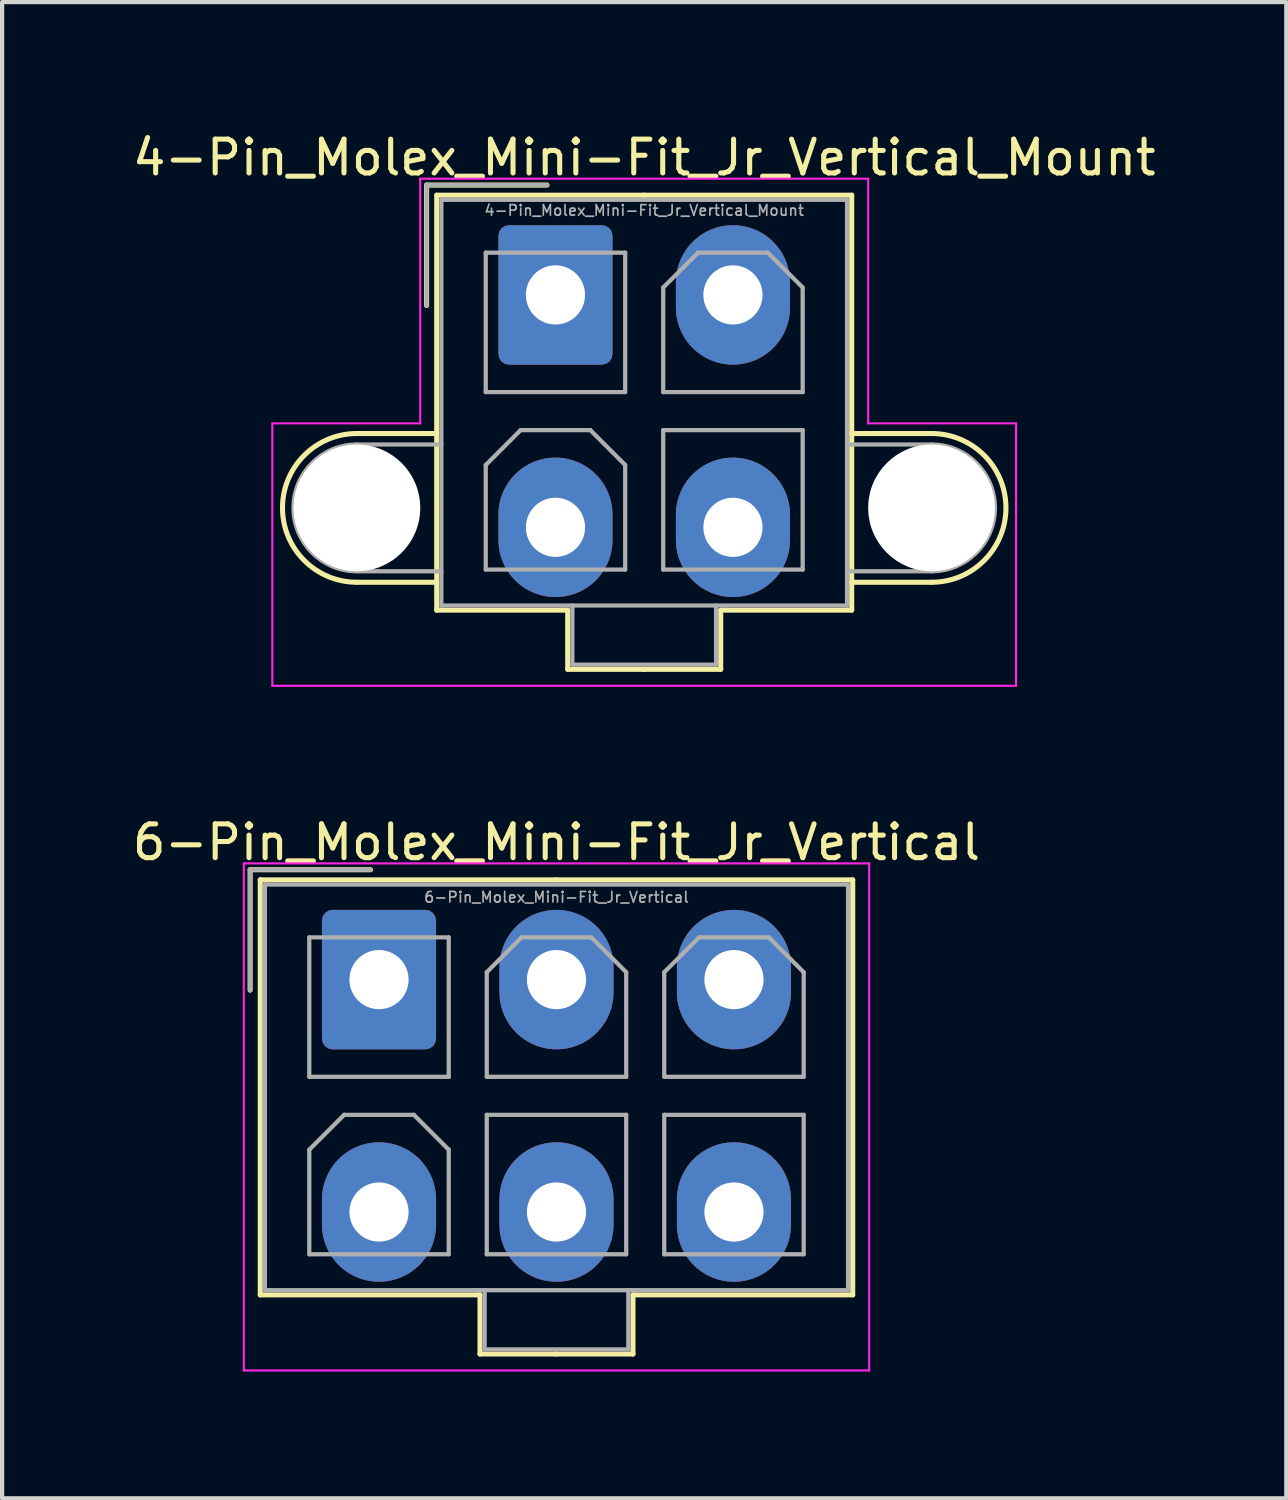
<source format=kicad_pcb>
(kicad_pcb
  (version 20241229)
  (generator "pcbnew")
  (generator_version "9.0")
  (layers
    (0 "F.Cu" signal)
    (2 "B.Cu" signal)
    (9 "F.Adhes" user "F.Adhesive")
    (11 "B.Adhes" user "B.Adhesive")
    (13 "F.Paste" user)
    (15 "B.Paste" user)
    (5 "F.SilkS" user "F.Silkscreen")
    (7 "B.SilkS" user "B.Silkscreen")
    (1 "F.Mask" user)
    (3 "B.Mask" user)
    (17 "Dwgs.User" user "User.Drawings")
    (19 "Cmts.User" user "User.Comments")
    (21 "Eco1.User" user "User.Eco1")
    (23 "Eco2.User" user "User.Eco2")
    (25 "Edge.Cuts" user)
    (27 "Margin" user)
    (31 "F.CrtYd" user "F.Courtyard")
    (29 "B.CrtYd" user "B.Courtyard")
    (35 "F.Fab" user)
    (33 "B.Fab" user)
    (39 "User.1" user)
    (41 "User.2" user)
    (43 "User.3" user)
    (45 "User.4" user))
  (footprint "4-Pin_Molex_Mini-Fit_Jr_Vertical_Mount"
    (layer "F.Cu")
    (at 10.095 3.929)
    (property "Reference" "4-Pin_Molex_Mini-Fit_Jr_Vertical_Mount" (at 2.1 -3.25 0) (layer "F.SilkS") (effects (font (size 0.8 0.8) (thickness 0.12))))
    (attr through_hole)
    (fp_line (start -4.7 3.28) (end -2.81 3.28) (stroke (width 0.12) (type solid)) (layer "F.SilkS"))
    (fp_line (start -4.7 6.8) (end -2.81 6.8) (stroke (width 0.12) (type solid)) (layer "F.SilkS"))
    (fp_line (start -3.05 -2.6) (end -3.05 0.25) (stroke (width 0.12) (type solid)) (layer "F.SilkS"))
    (fp_line (start -2.81 -2.36) (end -2.81 7.46) (stroke (width 0.12) (type solid)) (layer "F.SilkS"))
    (fp_line (start -2.81 7.46) (end 0.29 7.46) (stroke (width 0.12) (type solid)) (layer "F.SilkS"))
    (fp_line (start -0.2 -2.6) (end -3.05 -2.6) (stroke (width 0.12) (type solid)) (layer "F.SilkS"))
    (fp_line (start 0.29 7.46) (end 0.29 8.86) (stroke (width 0.12) (type solid)) (layer "F.SilkS"))
    (fp_line (start 0.29 8.86) (end 2.1 8.86) (stroke (width 0.12) (type solid)) (layer "F.SilkS"))
    (fp_line (start 2.1 -2.36) (end -2.81 -2.36) (stroke (width 0.12) (type solid)) (layer "F.SilkS"))
    (fp_line (start 2.1 -2.36) (end 7.01 -2.36) (stroke (width 0.12) (type solid)) (layer "F.SilkS"))
    (fp_line (start 3.91 7.46) (end 3.91 8.86) (stroke (width 0.12) (type solid)) (layer "F.SilkS"))
    (fp_line (start 3.91 8.86) (end 2.1 8.86) (stroke (width 0.12) (type solid)) (layer "F.SilkS"))
    (fp_line (start 7.01 -2.36) (end 7.01 7.46) (stroke (width 0.12) (type solid)) (layer "F.SilkS"))
    (fp_line (start 7.01 7.46) (end 3.91 7.46) (stroke (width 0.12) (type solid)) (layer "F.SilkS"))
    (fp_line (start 8.9 3.28) (end 7.01 3.28) (stroke (width 0.12) (type solid)) (layer "F.SilkS"))
    (fp_line (start 8.9 6.8) (end 7.01 6.8) (stroke (width 0.12) (type solid)) (layer "F.SilkS"))
    (fp_arc (start -4.7 6.8) (mid -6.46 5.04) (end -4.7 3.28) (stroke (width 0.12) (type solid)) (layer "F.SilkS"))
    (fp_arc (start 8.9 3.28) (mid 10.66 5.04) (end 8.9 6.8) (stroke (width 0.12) (type solid)) (layer "F.SilkS"))
    (fp_line (start -6.7 3.04) (end -6.7 9.25) (stroke (width 0.05) (type solid)) (layer "F.CrtYd"))
    (fp_line (start -6.7 9.25) (end 10.9 9.25) (stroke (width 0.05) (type solid)) (layer "F.CrtYd"))
    (fp_line (start -3.2 -2.75) (end -3.2 3.04) (stroke (width 0.05) (type solid)) (layer "F.CrtYd"))
    (fp_line (start -3.2 3.04) (end -6.7 3.04) (stroke (width 0.05) (type solid)) (layer "F.CrtYd"))
    (fp_line (start 7.4 -2.75) (end -3.2 -2.75) (stroke (width 0.05) (type solid)) (layer "F.CrtYd"))
    (fp_line (start 7.4 3.04) (end 7.4 -2.75) (stroke (width 0.05) (type solid)) (layer "F.CrtYd"))
    (fp_line (start 10.9 3.04) (end 7.4 3.04) (stroke (width 0.05) (type solid)) (layer "F.CrtYd"))
    (fp_line (start 10.9 9.25) (end 10.9 3.04) (stroke (width 0.05) (type solid)) (layer "F.CrtYd"))
    (fp_line (start -4.7 3.54) (end -2.7 3.54) (stroke (width 0.1) (type solid)) (layer "F.Fab"))
    (fp_line (start -4.7 6.54) (end -2.7 6.54) (stroke (width 0.1) (type solid)) (layer "F.Fab"))
    (fp_line (start -3.05 -2.6) (end -3.05 0.25) (stroke (width 0.1) (type solid)) (layer "F.Fab"))
    (fp_line (start -2.7 -2.25) (end -2.7 7.35) (stroke (width 0.1) (type solid)) (layer "F.Fab"))
    (fp_line (start -2.7 7.35) (end 6.9 7.35) (stroke (width 0.1) (type solid)) (layer "F.Fab"))
    (fp_line (start -1.65 -1) (end -1.65 2.3) (stroke (width 0.1) (type solid)) (layer "F.Fab"))
    (fp_line (start -1.65 2.3) (end 1.65 2.3) (stroke (width 0.1) (type solid)) (layer "F.Fab"))
    (fp_line (start -1.65 4.025) (end -0.825 3.2) (stroke (width 0.1) (type solid)) (layer "F.Fab"))
    (fp_line (start -1.65 6.5) (end -1.65 4.025) (stroke (width 0.1) (type solid)) (layer "F.Fab"))
    (fp_line (start -0.825 3.2) (end 0.825 3.2) (stroke (width 0.1) (type solid)) (layer "F.Fab"))
    (fp_line (start -0.2 -2.6) (end -3.05 -2.6) (stroke (width 0.1) (type solid)) (layer "F.Fab"))
    (fp_line (start 0.4 7.35) (end 0.4 8.75) (stroke (width 0.1) (type solid)) (layer "F.Fab"))
    (fp_line (start 0.4 8.75) (end 3.8 8.75) (stroke (width 0.1) (type solid)) (layer "F.Fab"))
    (fp_line (start 0.825 3.2) (end 1.65 4.025) (stroke (width 0.1) (type solid)) (layer "F.Fab"))
    (fp_line (start 1.65 -1) (end -1.65 -1) (stroke (width 0.1) (type solid)) (layer "F.Fab"))
    (fp_line (start 1.65 2.3) (end 1.65 -1) (stroke (width 0.1) (type solid)) (layer "F.Fab"))
    (fp_line (start 1.65 4.025) (end 1.65 6.5) (stroke (width 0.1) (type solid)) (layer "F.Fab"))
    (fp_line (start 1.65 6.5) (end -1.65 6.5) (stroke (width 0.1) (type solid)) (layer "F.Fab"))
    (fp_line (start 2.55 -0.175) (end 3.375 -1) (stroke (width 0.1) (type solid)) (layer "F.Fab"))
    (fp_line (start 2.55 2.3) (end 2.55 -0.175) (stroke (width 0.1) (type solid)) (layer "F.Fab"))
    (fp_line (start 2.55 3.2) (end 2.55 6.5) (stroke (width 0.1) (type solid)) (layer "F.Fab"))
    (fp_line (start 2.55 6.5) (end 5.85 6.5) (stroke (width 0.1) (type solid)) (layer "F.Fab"))
    (fp_line (start 3.375 -1) (end 5.025 -1) (stroke (width 0.1) (type solid)) (layer "F.Fab"))
    (fp_line (start 3.8 8.75) (end 3.8 7.35) (stroke (width 0.1) (type solid)) (layer "F.Fab"))
    (fp_line (start 5.025 -1) (end 5.85 -0.175) (stroke (width 0.1) (type solid)) (layer "F.Fab"))
    (fp_line (start 5.85 -0.175) (end 5.85 2.3) (stroke (width 0.1) (type solid)) (layer "F.Fab"))
    (fp_line (start 5.85 2.3) (end 2.55 2.3) (stroke (width 0.1) (type solid)) (layer "F.Fab"))
    (fp_line (start 5.85 3.2) (end 2.55 3.2) (stroke (width 0.1) (type solid)) (layer "F.Fab"))
    (fp_line (start 5.85 6.5) (end 5.85 3.2) (stroke (width 0.1) (type solid)) (layer "F.Fab"))
    (fp_line (start 6.9 -2.25) (end -2.7 -2.25) (stroke (width 0.1) (type solid)) (layer "F.Fab"))
    (fp_line (start 6.9 7.35) (end 6.9 -2.25) (stroke (width 0.1) (type solid)) (layer "F.Fab"))
    (fp_line (start 8.9 3.54) (end 6.9 3.54) (stroke (width 0.1) (type solid)) (layer "F.Fab"))
    (fp_line (start 8.9 6.54) (end 6.9 6.54) (stroke (width 0.1) (type solid)) (layer "F.Fab"))
    (fp_arc (start -4.7 6.54) (mid -6.2 5.04) (end -4.7 3.54) (stroke (width 0.1) (type solid)) (layer "F.Fab"))
    (fp_arc (start 8.9 3.54) (mid 10.4 5.04) (end 8.9 6.54) (stroke (width 0.1) (type solid)) (layer "F.Fab"))
    (fp_text user "${REFERENCE}" (at 2.1 -2 0) (layer "F.Fab") (effects (font (size 0.25 0.25) (thickness 0.04))))
    (pad "" np_thru_hole circle (at -4.7 5.04) (size 3 3) (drill 3) (layers "*.Cu" "*.Mask"))
    (pad "" np_thru_hole circle (at 8.9 5.04) (size 3 3) (drill 3) (layers "*.Cu" "*.Mask"))
    (pad "1" thru_hole roundrect (at 0 0) (size 2.7 3.3) (drill 1.4) (layers "*.Cu" "*.Mask") (roundrect_rratio 0.093))
    (pad "2" thru_hole oval (at 4.2 0) (size 2.7 3.3) (drill 1.4) (layers "*.Cu" "*.Mask"))
    (pad "3" thru_hole oval (at 0 5.5) (size 2.7 3.3) (drill 1.4) (layers "*.Cu" "*.Mask"))
    (pad "4" thru_hole oval (at 4.2 5.5) (size 2.7 3.3) (drill 1.4) (layers "*.Cu" "*.Mask")))
  (footprint "6-Pin_Molex_Mini-Fit_Jr_Vertical"
    (layer "F.Cu")
    (at 5.919 20.132)
    (property "Reference" "6-Pin_Molex_Mini-Fit_Jr_Vertical" (at 4.2 -3.25 0) (layer "F.SilkS") (effects (font (size 0.8 0.8) (thickness 0.12))))
    (attr through_hole)
    (fp_line (start -3.05 -2.6) (end -3.05 0.25) (stroke (width 0.12) (type solid)) (layer "F.SilkS"))
    (fp_line (start -2.81 -2.36) (end -2.81 7.46) (stroke (width 0.12) (type solid)) (layer "F.SilkS"))
    (fp_line (start -2.81 7.46) (end 2.39 7.46) (stroke (width 0.12) (type solid)) (layer "F.SilkS"))
    (fp_line (start -0.2 -2.6) (end -3.05 -2.6) (stroke (width 0.12) (type solid)) (layer "F.SilkS"))
    (fp_line (start 2.39 7.46) (end 2.39 8.86) (stroke (width 0.12) (type solid)) (layer "F.SilkS"))
    (fp_line (start 2.39 8.86) (end 4.2 8.86) (stroke (width 0.12) (type solid)) (layer "F.SilkS"))
    (fp_line (start 4.2 -2.36) (end -2.81 -2.36) (stroke (width 0.12) (type solid)) (layer "F.SilkS"))
    (fp_line (start 4.2 -2.36) (end 11.21 -2.36) (stroke (width 0.12) (type solid)) (layer "F.SilkS"))
    (fp_line (start 6.01 7.46) (end 6.01 8.86) (stroke (width 0.12) (type solid)) (layer "F.SilkS"))
    (fp_line (start 6.01 8.86) (end 4.2 8.86) (stroke (width 0.12) (type solid)) (layer "F.SilkS"))
    (fp_line (start 11.21 -2.36) (end 11.21 7.46) (stroke (width 0.12) (type solid)) (layer "F.SilkS"))
    (fp_line (start 11.21 7.46) (end 6.01 7.46) (stroke (width 0.12) (type solid)) (layer "F.SilkS"))
    (fp_line (start -3.2 -2.75) (end -3.2 9.25) (stroke (width 0.05) (type solid)) (layer "F.CrtYd"))
    (fp_line (start -3.2 9.25) (end 11.6 9.25) (stroke (width 0.05) (type solid)) (layer "F.CrtYd"))
    (fp_line (start 11.6 -2.75) (end -3.2 -2.75) (stroke (width 0.05) (type solid)) (layer "F.CrtYd"))
    (fp_line (start 11.6 9.25) (end 11.6 -2.75) (stroke (width 0.05) (type solid)) (layer "F.CrtYd"))
    (fp_line (start -3.05 -2.6) (end -3.05 0.25) (stroke (width 0.1) (type solid)) (layer "F.Fab"))
    (fp_line (start -2.7 -2.25) (end -2.7 7.35) (stroke (width 0.1) (type solid)) (layer "F.Fab"))
    (fp_line (start -2.7 7.35) (end 11.1 7.35) (stroke (width 0.1) (type solid)) (layer "F.Fab"))
    (fp_line (start -1.65 -1) (end -1.65 2.3) (stroke (width 0.1) (type solid)) (layer "F.Fab"))
    (fp_line (start -1.65 2.3) (end 1.65 2.3) (stroke (width 0.1) (type solid)) (layer "F.Fab"))
    (fp_line (start -1.65 4.025) (end -0.825 3.2) (stroke (width 0.1) (type solid)) (layer "F.Fab"))
    (fp_line (start -1.65 6.5) (end -1.65 4.025) (stroke (width 0.1) (type solid)) (layer "F.Fab"))
    (fp_line (start -0.825 3.2) (end 0.825 3.2) (stroke (width 0.1) (type solid)) (layer "F.Fab"))
    (fp_line (start -0.2 -2.6) (end -3.05 -2.6) (stroke (width 0.1) (type solid)) (layer "F.Fab"))
    (fp_line (start 0.825 3.2) (end 1.65 4.025) (stroke (width 0.1) (type solid)) (layer "F.Fab"))
    (fp_line (start 1.65 -1) (end -1.65 -1) (stroke (width 0.1) (type solid)) (layer "F.Fab"))
    (fp_line (start 1.65 2.3) (end 1.65 -1) (stroke (width 0.1) (type solid)) (layer "F.Fab"))
    (fp_line (start 1.65 4.025) (end 1.65 6.5) (stroke (width 0.1) (type solid)) (layer "F.Fab"))
    (fp_line (start 1.65 6.5) (end -1.65 6.5) (stroke (width 0.1) (type solid)) (layer "F.Fab"))
    (fp_line (start 2.5 7.35) (end 2.5 8.75) (stroke (width 0.1) (type solid)) (layer "F.Fab"))
    (fp_line (start 2.5 8.75) (end 5.9 8.75) (stroke (width 0.1) (type solid)) (layer "F.Fab"))
    (fp_line (start 2.55 -0.175) (end 3.375 -1) (stroke (width 0.1) (type solid)) (layer "F.Fab"))
    (fp_line (start 2.55 2.3) (end 2.55 -0.175) (stroke (width 0.1) (type solid)) (layer "F.Fab"))
    (fp_line (start 2.55 3.2) (end 2.55 6.5) (stroke (width 0.1) (type solid)) (layer "F.Fab"))
    (fp_line (start 2.55 6.5) (end 5.85 6.5) (stroke (width 0.1) (type solid)) (layer "F.Fab"))
    (fp_line (start 3.375 -1) (end 5.025 -1) (stroke (width 0.1) (type solid)) (layer "F.Fab"))
    (fp_line (start 5.025 -1) (end 5.85 -0.175) (stroke (width 0.1) (type solid)) (layer "F.Fab"))
    (fp_line (start 5.85 -0.175) (end 5.85 2.3) (stroke (width 0.1) (type solid)) (layer "F.Fab"))
    (fp_line (start 5.85 2.3) (end 2.55 2.3) (stroke (width 0.1) (type solid)) (layer "F.Fab"))
    (fp_line (start 5.85 3.2) (end 2.55 3.2) (stroke (width 0.1) (type solid)) (layer "F.Fab"))
    (fp_line (start 5.85 6.5) (end 5.85 3.2) (stroke (width 0.1) (type solid)) (layer "F.Fab"))
    (fp_line (start 5.9 8.75) (end 5.9 7.35) (stroke (width 0.1) (type solid)) (layer "F.Fab"))
    (fp_line (start 6.75 -0.175) (end 7.575 -1) (stroke (width 0.1) (type solid)) (layer "F.Fab"))
    (fp_line (start 6.75 2.3) (end 6.75 -0.175) (stroke (width 0.1) (type solid)) (layer "F.Fab"))
    (fp_line (start 6.75 3.2) (end 6.75 6.5) (stroke (width 0.1) (type solid)) (layer "F.Fab"))
    (fp_line (start 6.75 6.5) (end 10.05 6.5) (stroke (width 0.1) (type solid)) (layer "F.Fab"))
    (fp_line (start 7.575 -1) (end 9.225 -1) (stroke (width 0.1) (type solid)) (layer "F.Fab"))
    (fp_line (start 9.225 -1) (end 10.05 -0.175) (stroke (width 0.1) (type solid)) (layer "F.Fab"))
    (fp_line (start 10.05 -0.175) (end 10.05 2.3) (stroke (width 0.1) (type solid)) (layer "F.Fab"))
    (fp_line (start 10.05 2.3) (end 6.75 2.3) (stroke (width 0.1) (type solid)) (layer "F.Fab"))
    (fp_line (start 10.05 3.2) (end 6.75 3.2) (stroke (width 0.1) (type solid)) (layer "F.Fab"))
    (fp_line (start 10.05 6.5) (end 10.05 3.2) (stroke (width 0.1) (type solid)) (layer "F.Fab"))
    (fp_line (start 11.1 -2.25) (end -2.7 -2.25) (stroke (width 0.1) (type solid)) (layer "F.Fab"))
    (fp_line (start 11.1 7.35) (end 11.1 -2.25) (stroke (width 0.1) (type solid)) (layer "F.Fab"))
    (fp_text user "${REFERENCE}" (at 4.2 -1.95 0) (layer "F.Fab") (effects (font (size 0.25 0.25) (thickness 0.04))))
    (pad "1" thru_hole roundrect (at 0 0) (size 2.7 3.3) (drill 1.4) (layers "*.Cu" "*.Mask") (roundrect_rratio 0.093))
    (pad "2" thru_hole oval (at 4.2 0) (size 2.7 3.3) (drill 1.4) (layers "*.Cu" "*.Mask"))
    (pad "3" thru_hole oval (at 8.4 0) (size 2.7 3.3) (drill 1.4) (layers "*.Cu" "*.Mask"))
    (pad "4" thru_hole oval (at 0 5.5) (size 2.7 3.3) (drill 1.4) (layers "*.Cu" "*.Mask"))
    (pad "5" thru_hole oval (at 4.2 5.5) (size 2.7 3.3) (drill 1.4) (layers "*.Cu" "*.Mask"))
    (pad "6" thru_hole oval (at 8.4 5.5) (size 2.7 3.3) (drill 1.4) (layers "*.Cu" "*.Mask")))
  (gr_rect
    (start -3 -3)
    (end 27.39 32.407)
    (stroke (width 0.1) (type default))
    (fill no)
    (layer "Edge.Cuts")))
</source>
